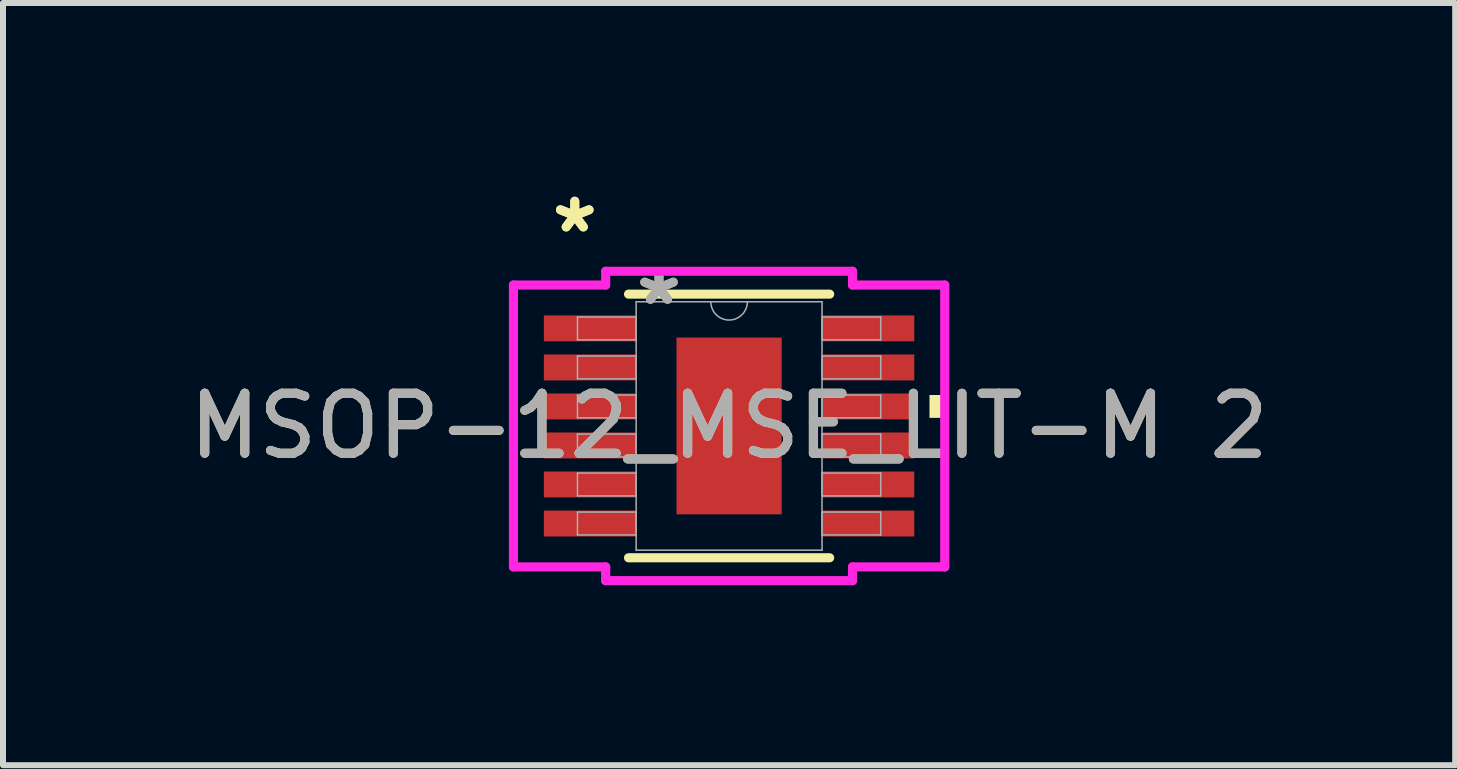
<source format=kicad_pcb>
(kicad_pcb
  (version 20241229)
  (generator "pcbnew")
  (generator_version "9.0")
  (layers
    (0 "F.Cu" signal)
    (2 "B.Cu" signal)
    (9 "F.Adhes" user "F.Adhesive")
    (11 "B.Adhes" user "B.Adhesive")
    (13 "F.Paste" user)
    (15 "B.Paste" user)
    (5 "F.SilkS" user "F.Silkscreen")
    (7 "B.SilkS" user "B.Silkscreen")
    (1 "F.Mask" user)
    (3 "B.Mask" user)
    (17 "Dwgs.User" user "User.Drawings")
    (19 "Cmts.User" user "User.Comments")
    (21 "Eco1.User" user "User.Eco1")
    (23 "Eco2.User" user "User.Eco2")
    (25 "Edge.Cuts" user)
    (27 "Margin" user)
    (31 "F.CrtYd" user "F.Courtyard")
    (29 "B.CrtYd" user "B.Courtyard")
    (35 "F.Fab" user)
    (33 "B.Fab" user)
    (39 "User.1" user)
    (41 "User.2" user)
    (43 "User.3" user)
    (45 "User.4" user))
  (footprint "MSOP-12_MSE_LIT-M 2"
    (layer "F.Cu")
    (at 9.101 4.049)
    (property "Reference" "MSOP-12_MSE_LIT-M 2" (at 0 0 0) (unlocked yes) (layer "F.SilkS") (effects (font (size 1 1) (thickness 0.15))))
    (attr smd)
    (fp_line (start -1.676 2.197) (end 1.676 2.197) (stroke (width 0.152) (type solid)) (layer "F.SilkS"))
    (fp_line (start 1.676 -2.197) (end -1.676 -2.197) (stroke (width 0.152) (type solid)) (layer "F.SilkS"))
    (fp_poly (pts (xy 3.594 -0.516) (xy 3.594 -0.135) (xy 3.34 -0.135) (xy 3.34 -0.516)) (stroke (width 0) (type solid)) (fill yes) (layer "F.SilkS"))
    (fp_poly (pts (xy -0.776 -1.373) (xy -0.776 -0.1) (xy 0.776 -0.1) (xy 0.776 -1.373)) (stroke (width 0) (type solid)) (fill yes) (layer "F.Paste"))
    (fp_poly (pts (xy -0.776 0.1) (xy -0.776 1.373) (xy 0.776 1.373) (xy 0.776 0.1)) (stroke (width 0) (type solid)) (fill yes) (layer "F.Paste"))
    (fp_line (start -3.594 -2.349) (end -2.057 -2.349) (stroke (width 0.152) (type solid)) (layer "F.CrtYd"))
    (fp_line (start -3.594 2.349) (end -3.594 -2.349) (stroke (width 0.152) (type solid)) (layer "F.CrtYd"))
    (fp_line (start -3.594 2.349) (end -2.057 2.349) (stroke (width 0.152) (type solid)) (layer "F.CrtYd"))
    (fp_line (start -2.057 -2.578) (end 2.057 -2.578) (stroke (width 0.152) (type solid)) (layer "F.CrtYd"))
    (fp_line (start -2.057 -2.349) (end -2.057 -2.578) (stroke (width 0.152) (type solid)) (layer "F.CrtYd"))
    (fp_line (start -2.057 2.578) (end -2.057 2.349) (stroke (width 0.152) (type solid)) (layer "F.CrtYd"))
    (fp_line (start 2.057 -2.578) (end 2.057 -2.349) (stroke (width 0.152) (type solid)) (layer "F.CrtYd"))
    (fp_line (start 2.057 2.349) (end 2.057 2.578) (stroke (width 0.152) (type solid)) (layer "F.CrtYd"))
    (fp_line (start 2.057 2.578) (end -2.057 2.578) (stroke (width 0.152) (type solid)) (layer "F.CrtYd"))
    (fp_line (start 3.594 -2.349) (end 2.057 -2.349) (stroke (width 0.152) (type solid)) (layer "F.CrtYd"))
    (fp_line (start 3.594 -2.349) (end 3.594 2.349) (stroke (width 0.152) (type solid)) (layer "F.CrtYd"))
    (fp_line (start 3.594 2.349) (end 2.057 2.349) (stroke (width 0.152) (type solid)) (layer "F.CrtYd"))
    (fp_line (start -2.527 -1.816) (end -2.527 -1.435) (stroke (width 0.025) (type solid)) (layer "F.Fab"))
    (fp_line (start -2.527 -1.435) (end -1.549 -1.435) (stroke (width 0.025) (type solid)) (layer "F.Fab"))
    (fp_line (start -2.527 -1.166) (end -2.527 -0.785) (stroke (width 0.025) (type solid)) (layer "F.Fab"))
    (fp_line (start -2.527 -0.785) (end -1.549 -0.785) (stroke (width 0.025) (type solid)) (layer "F.Fab"))
    (fp_line (start -2.527 -0.516) (end -2.527 -0.135) (stroke (width 0.025) (type solid)) (layer "F.Fab"))
    (fp_line (start -2.527 -0.135) (end -1.549 -0.135) (stroke (width 0.025) (type solid)) (layer "F.Fab"))
    (fp_line (start -2.527 0.135) (end -2.527 0.516) (stroke (width 0.025) (type solid)) (layer "F.Fab"))
    (fp_line (start -2.527 0.516) (end -1.549 0.516) (stroke (width 0.025) (type solid)) (layer "F.Fab"))
    (fp_line (start -2.527 0.785) (end -2.527 1.166) (stroke (width 0.025) (type solid)) (layer "F.Fab"))
    (fp_line (start -2.527 1.166) (end -1.549 1.166) (stroke (width 0.025) (type solid)) (layer "F.Fab"))
    (fp_line (start -2.527 1.435) (end -2.527 1.816) (stroke (width 0.025) (type solid)) (layer "F.Fab"))
    (fp_line (start -2.527 1.816) (end -1.549 1.816) (stroke (width 0.025) (type solid)) (layer "F.Fab"))
    (fp_line (start -1.549 -2.07) (end -1.549 2.07) (stroke (width 0.025) (type solid)) (layer "F.Fab"))
    (fp_line (start -1.549 -1.816) (end -2.527 -1.816) (stroke (width 0.025) (type solid)) (layer "F.Fab"))
    (fp_line (start -1.549 -1.435) (end -1.549 -1.816) (stroke (width 0.025) (type solid)) (layer "F.Fab"))
    (fp_line (start -1.549 -1.166) (end -2.527 -1.166) (stroke (width 0.025) (type solid)) (layer "F.Fab"))
    (fp_line (start -1.549 -0.785) (end -1.549 -1.166) (stroke (width 0.025) (type solid)) (layer "F.Fab"))
    (fp_line (start -1.549 -0.516) (end -2.527 -0.516) (stroke (width 0.025) (type solid)) (layer "F.Fab"))
    (fp_line (start -1.549 -0.135) (end -1.549 -0.516) (stroke (width 0.025) (type solid)) (layer "F.Fab"))
    (fp_line (start -1.549 0.135) (end -2.527 0.135) (stroke (width 0.025) (type solid)) (layer "F.Fab"))
    (fp_line (start -1.549 0.516) (end -1.549 0.135) (stroke (width 0.025) (type solid)) (layer "F.Fab"))
    (fp_line (start -1.549 0.785) (end -2.527 0.785) (stroke (width 0.025) (type solid)) (layer "F.Fab"))
    (fp_line (start -1.549 1.166) (end -1.549 0.785) (stroke (width 0.025) (type solid)) (layer "F.Fab"))
    (fp_line (start -1.549 1.435) (end -2.527 1.435) (stroke (width 0.025) (type solid)) (layer "F.Fab"))
    (fp_line (start -1.549 1.816) (end -1.549 1.435) (stroke (width 0.025) (type solid)) (layer "F.Fab"))
    (fp_line (start -1.549 2.07) (end 1.549 2.07) (stroke (width 0.025) (type solid)) (layer "F.Fab"))
    (fp_line (start 1.549 -2.07) (end -1.549 -2.07) (stroke (width 0.025) (type solid)) (layer "F.Fab"))
    (fp_line (start 1.549 -1.816) (end 1.549 -1.435) (stroke (width 0.025) (type solid)) (layer "F.Fab"))
    (fp_line (start 1.549 -1.435) (end 2.527 -1.435) (stroke (width 0.025) (type solid)) (layer "F.Fab"))
    (fp_line (start 1.549 -1.166) (end 1.549 -0.785) (stroke (width 0.025) (type solid)) (layer "F.Fab"))
    (fp_line (start 1.549 -0.785) (end 2.527 -0.785) (stroke (width 0.025) (type solid)) (layer "F.Fab"))
    (fp_line (start 1.549 -0.516) (end 1.549 -0.135) (stroke (width 0.025) (type solid)) (layer "F.Fab"))
    (fp_line (start 1.549 -0.135) (end 2.527 -0.135) (stroke (width 0.025) (type solid)) (layer "F.Fab"))
    (fp_line (start 1.549 0.135) (end 1.549 0.516) (stroke (width 0.025) (type solid)) (layer "F.Fab"))
    (fp_line (start 1.549 0.516) (end 2.527 0.516) (stroke (width 0.025) (type solid)) (layer "F.Fab"))
    (fp_line (start 1.549 0.785) (end 1.549 1.166) (stroke (width 0.025) (type solid)) (layer "F.Fab"))
    (fp_line (start 1.549 1.166) (end 2.527 1.166) (stroke (width 0.025) (type solid)) (layer "F.Fab"))
    (fp_line (start 1.549 1.435) (end 1.549 1.816) (stroke (width 0.025) (type solid)) (layer "F.Fab"))
    (fp_line (start 1.549 1.816) (end 2.527 1.816) (stroke (width 0.025) (type solid)) (layer "F.Fab"))
    (fp_line (start 1.549 2.07) (end 1.549 -2.07) (stroke (width 0.025) (type solid)) (layer "F.Fab"))
    (fp_line (start 2.527 -1.816) (end 1.549 -1.816) (stroke (width 0.025) (type solid)) (layer "F.Fab"))
    (fp_line (start 2.527 -1.435) (end 2.527 -1.816) (stroke (width 0.025) (type solid)) (layer "F.Fab"))
    (fp_line (start 2.527 -1.166) (end 1.549 -1.166) (stroke (width 0.025) (type solid)) (layer "F.Fab"))
    (fp_line (start 2.527 -0.785) (end 2.527 -1.166) (stroke (width 0.025) (type solid)) (layer "F.Fab"))
    (fp_line (start 2.527 -0.516) (end 1.549 -0.516) (stroke (width 0.025) (type solid)) (layer "F.Fab"))
    (fp_line (start 2.527 -0.135) (end 2.527 -0.516) (stroke (width 0.025) (type solid)) (layer "F.Fab"))
    (fp_line (start 2.527 0.135) (end 1.549 0.135) (stroke (width 0.025) (type solid)) (layer "F.Fab"))
    (fp_line (start 2.527 0.516) (end 2.527 0.135) (stroke (width 0.025) (type solid)) (layer "F.Fab"))
    (fp_line (start 2.527 0.785) (end 1.549 0.785) (stroke (width 0.025) (type solid)) (layer "F.Fab"))
    (fp_line (start 2.527 1.166) (end 2.527 0.785) (stroke (width 0.025) (type solid)) (layer "F.Fab"))
    (fp_line (start 2.527 1.435) (end 1.549 1.435) (stroke (width 0.025) (type solid)) (layer "F.Fab"))
    (fp_line (start 2.527 1.816) (end 2.527 1.435) (stroke (width 0.025) (type solid)) (layer "F.Fab"))
    (fp_arc (start 0.3048 -2.0701) (mid 0 -1.7653) (end -0.3048 -2.0701) (stroke (width 0.0254) (type solid)) (layer "F.Fab"))
    (fp_text user "*" (at -2.572 -3.2 0) (unlocked yes) (layer "F.SilkS") (effects (font (size 1 1) (thickness 0.15))))
    (fp_text user "*" (at -2.572 -3.2 0) (layer "F.SilkS") (effects (font (size 1 1) (thickness 0.15))))
    (fp_text user "*" (at -1.168 -1.994 0) (unlocked yes) (layer "F.Fab") (effects (font (size 1 1) (thickness 0.15))))
    (fp_text user "*" (at -1.168 -1.994 0) (layer "F.Fab") (effects (font (size 1 1) (thickness 0.15))))
    (fp_text user "${REFERENCE}" (at 0 0 0) (unlocked yes) (layer "F.Fab") (effects (font (size 1 1) (thickness 0.15))))
    (pad "1" smd rect (at -2.318 -1.626) (size 1.537 0.432) (layers "F.Cu" "F.Mask" "F.Paste"))
    (pad "2" smd rect (at -2.318 -0.975) (size 1.537 0.432) (layers "F.Cu" "F.Mask" "F.Paste"))
    (pad "3" smd rect (at -2.318 -0.325) (size 1.537 0.432) (layers "F.Cu" "F.Mask" "F.Paste"))
    (pad "4" smd rect (at -2.318 0.325) (size 1.537 0.432) (layers "F.Cu" "F.Mask" "F.Paste"))
    (pad "5" smd rect (at -2.318 0.975) (size 1.537 0.432) (layers "F.Cu" "F.Mask" "F.Paste"))
    (pad "6" smd rect (at -2.318 1.626) (size 1.537 0.432) (layers "F.Cu" "F.Mask" "F.Paste"))
    (pad "7" smd rect (at 2.318 1.626) (size 1.537 0.432) (layers "F.Cu" "F.Mask" "F.Paste"))
    (pad "8" smd rect (at 2.318 0.975) (size 1.537 0.432) (layers "F.Cu" "F.Mask" "F.Paste"))
    (pad "9" smd rect (at 2.318 0.325) (size 1.537 0.432) (layers "F.Cu" "F.Mask" "F.Paste"))
    (pad "10" smd rect (at 2.318 -0.325) (size 1.537 0.432) (layers "F.Cu" "F.Mask" "F.Paste"))
    (pad "11" smd rect (at 2.318 -0.975) (size 1.537 0.432) (layers "F.Cu" "F.Mask" "F.Paste"))
    (pad "12" smd rect (at 2.318 -1.626) (size 1.537 0.432) (layers "F.Cu" "F.Mask" "F.Paste"))
    (pad "EPAD" smd rect (at 0 0) (size 1.753 2.946) (layers "F.Cu" "F.Mask")))
  (gr_rect
    (start -3 -3)
    (end 21.202 9.703)
    (stroke (width 0.1) (type default))
    (fill no)
    (layer "Edge.Cuts")))
</source>
